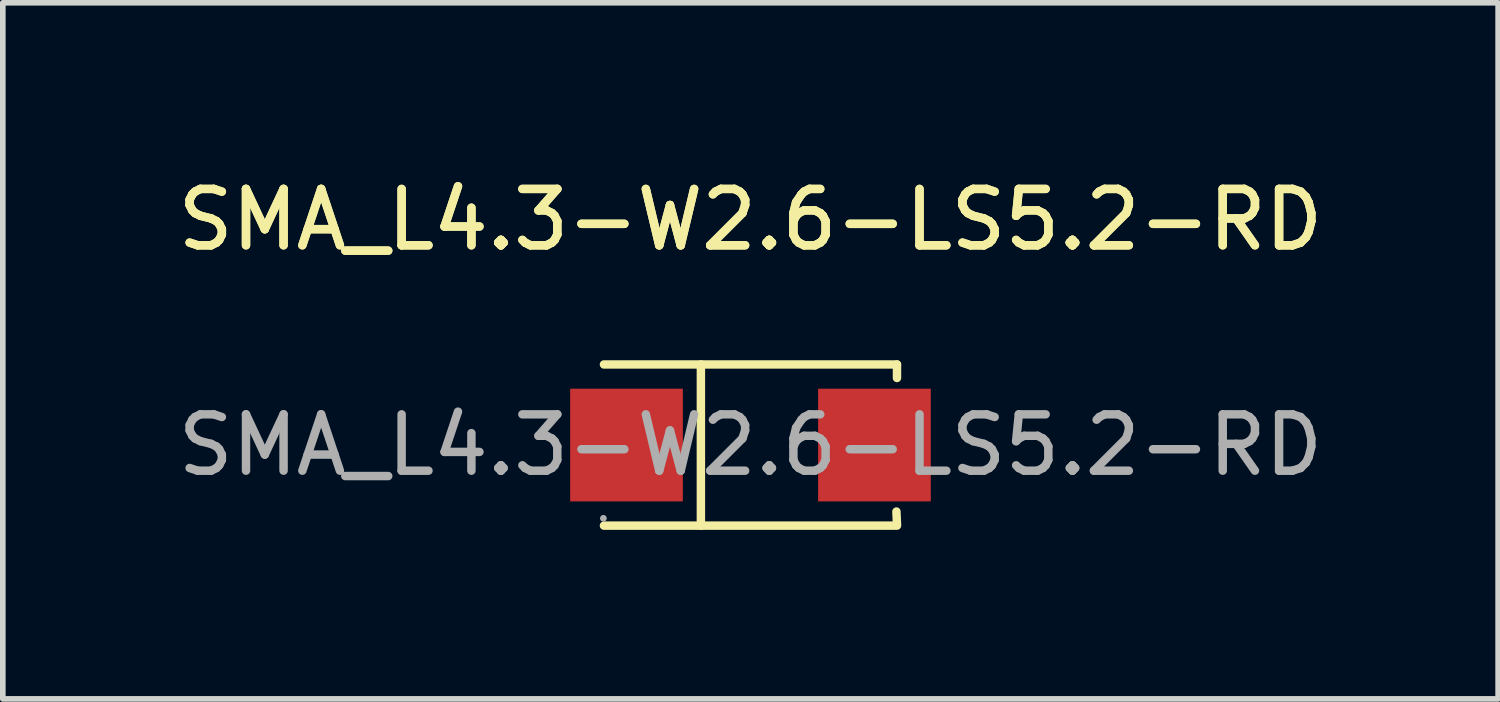
<source format=kicad_pcb>
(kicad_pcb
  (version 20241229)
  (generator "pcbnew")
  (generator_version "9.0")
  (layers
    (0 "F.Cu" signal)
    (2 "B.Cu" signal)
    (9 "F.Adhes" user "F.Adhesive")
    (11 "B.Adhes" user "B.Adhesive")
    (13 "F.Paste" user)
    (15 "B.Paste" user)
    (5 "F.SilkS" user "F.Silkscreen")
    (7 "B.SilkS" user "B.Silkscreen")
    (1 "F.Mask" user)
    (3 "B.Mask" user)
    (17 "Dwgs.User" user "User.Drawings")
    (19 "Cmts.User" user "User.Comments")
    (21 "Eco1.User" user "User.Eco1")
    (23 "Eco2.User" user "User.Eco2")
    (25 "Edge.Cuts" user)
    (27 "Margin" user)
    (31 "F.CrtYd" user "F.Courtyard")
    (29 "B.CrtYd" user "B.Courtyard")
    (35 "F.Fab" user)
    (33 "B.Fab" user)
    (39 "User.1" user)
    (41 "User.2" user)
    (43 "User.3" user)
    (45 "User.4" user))
  (footprint "SMA_L4.3-W2.6-LS5.2-RD"
    (layer "F.Cu")
    (at 10.268 4.848)
    (property "Reference" "SMA_L4.3-W2.6-LS5.2-RD" (at 0 -4 0) (layer "F.SilkS") (effects (font (size 1 1) (thickness 0.15))))
    (attr smd)
    (fp_line (start -2.6 -1.43) (end 2.6 -1.43) (stroke (width 0.15) (type solid)) (layer "F.SilkS"))
    (fp_line (start -2.6 1.43) (end 2.6 1.43) (stroke (width 0.15) (type solid)) (layer "F.SilkS"))
    (fp_line (start -0.88 -1.43) (end -0.88 1.43) (stroke (width 0.15) (type solid)) (layer "F.SilkS"))
    (fp_line (start 2.59 1.18) (end 2.6 1.41) (stroke (width 0.15) (type solid)) (layer "F.SilkS"))
    (fp_line (start 2.6 -1.43) (end 2.6 -1.19) (stroke (width 0.15) (type solid)) (layer "F.SilkS"))
    (fp_circle (center -2.61 1.3) (end -2.58 1.3) (stroke (width 0.06) (type solid)) (fill no) (layer "F.Fab"))
    (fp_text user "${REFERENCE}" (at 0 -4 0) (layer "F.SilkS") (effects (font (size 1 1) (thickness 0.15))))
    (fp_text user "${REFERENCE}" (at 0 0 0) (layer "F.Fab") (effects (font (size 1 1) (thickness 0.15))))
    (pad "1" smd rect (at -2.2 0 180) (size 2 2) (layers "F.Cu" "F.Mask" "F.Paste"))
    (pad "2" smd rect (at 2.2 0 180) (size 2 2) (layers "F.Cu" "F.Mask" "F.Paste")))
  (gr_rect
    (start -3 -3)
    (end 23.536 9.353)
    (stroke (width 0.1) (type default))
    (fill no)
    (layer "Edge.Cuts")))
</source>
